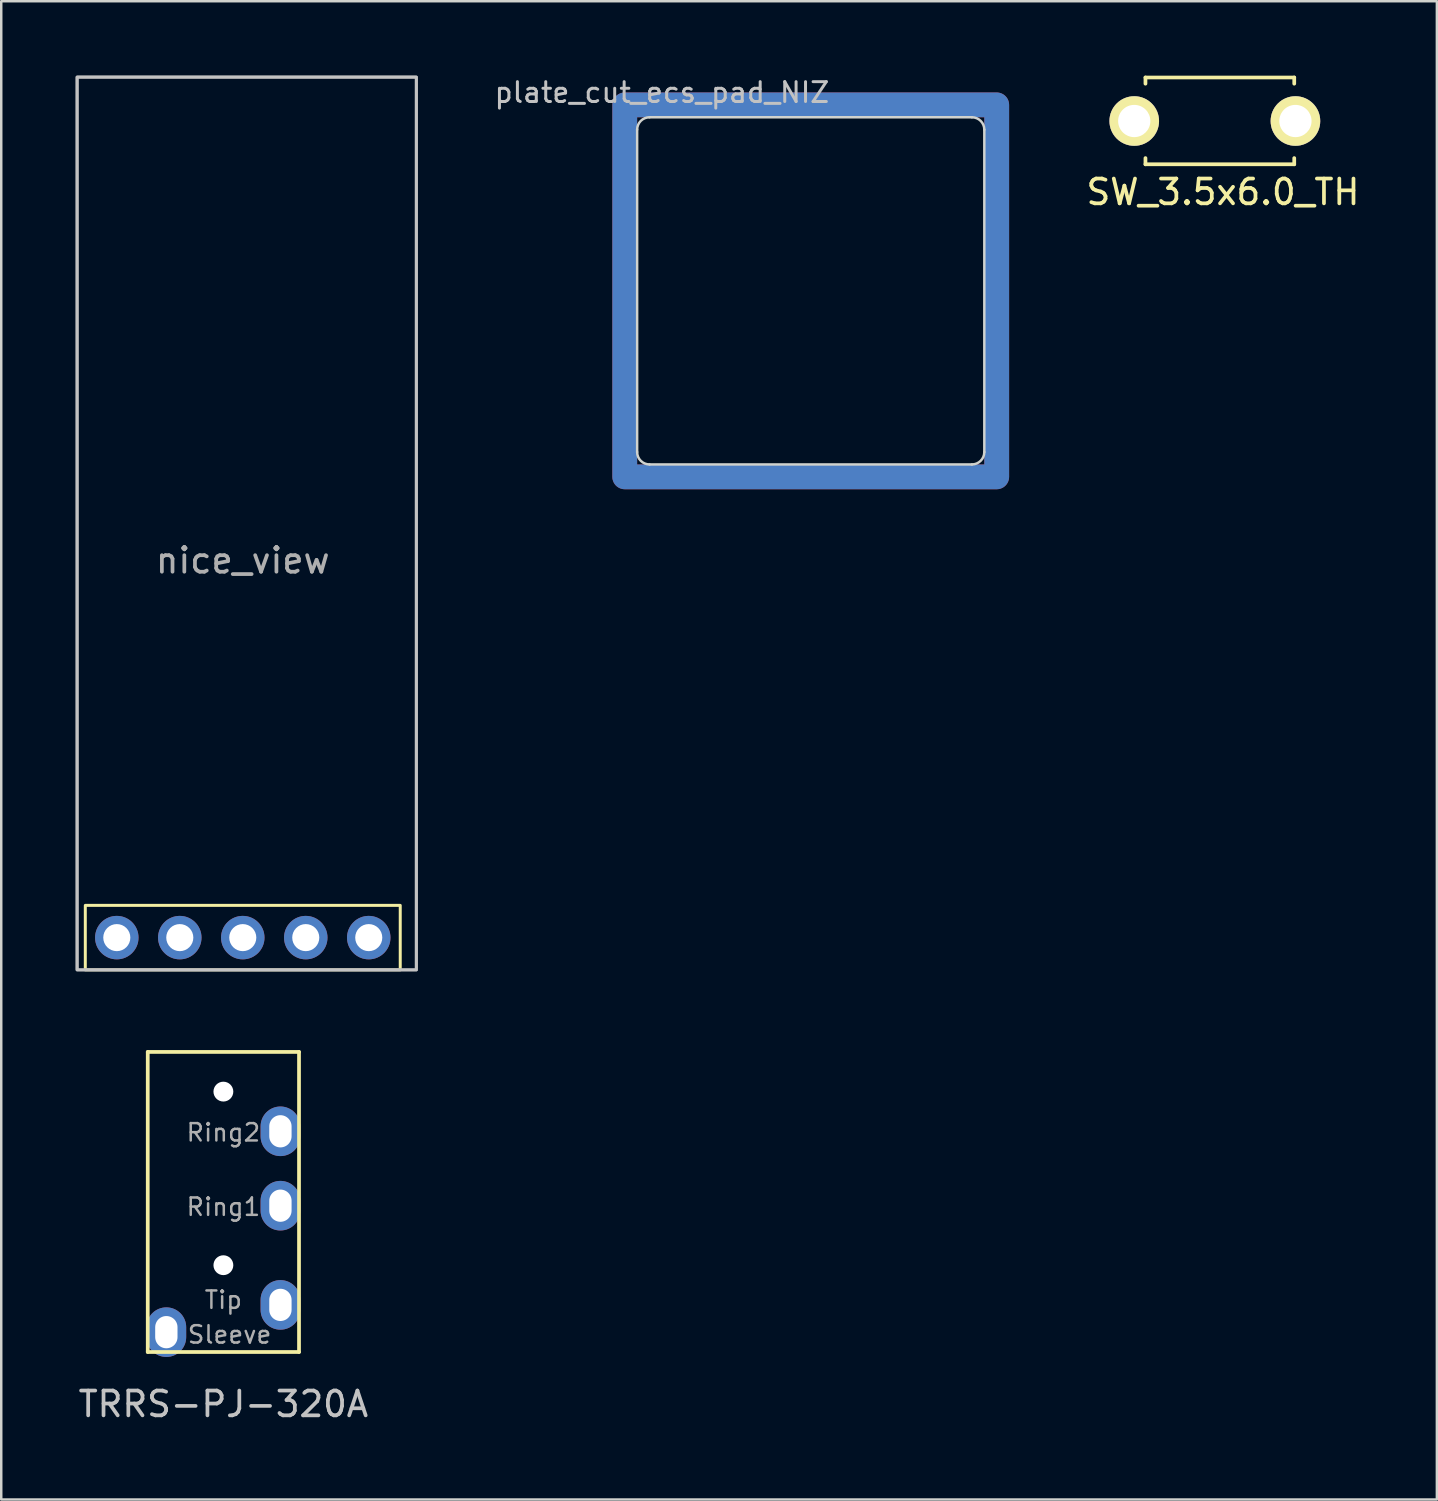
<source format=kicad_pcb>
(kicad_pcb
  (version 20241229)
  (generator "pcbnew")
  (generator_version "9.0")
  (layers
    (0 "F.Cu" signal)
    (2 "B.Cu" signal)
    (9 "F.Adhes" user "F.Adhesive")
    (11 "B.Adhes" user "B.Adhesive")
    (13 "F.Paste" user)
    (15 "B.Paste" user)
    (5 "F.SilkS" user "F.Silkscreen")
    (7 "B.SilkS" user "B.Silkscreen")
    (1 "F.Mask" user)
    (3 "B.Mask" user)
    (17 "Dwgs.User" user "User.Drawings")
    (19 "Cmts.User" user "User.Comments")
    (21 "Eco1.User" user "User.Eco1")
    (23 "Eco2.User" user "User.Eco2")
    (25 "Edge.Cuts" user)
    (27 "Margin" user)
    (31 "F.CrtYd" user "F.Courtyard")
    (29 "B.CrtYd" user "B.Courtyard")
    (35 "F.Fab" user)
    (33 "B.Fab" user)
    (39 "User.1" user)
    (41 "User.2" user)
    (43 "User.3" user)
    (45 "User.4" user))
  (footprint "TRRS-PJ-320A"
    (layer "F.Cu")
    (at 5.958 39.37)
    (property "Reference" "TRRS-PJ-320A" (at 0 14.2 0) (layer "Dwgs.User") (effects (font (size 1 1) (thickness 0.15))))
    (attr through_hole)
    (fp_line (start -3.05 0) (end -3.05 12.1) (stroke (width 0.15) (type solid)) (layer "F.SilkS"))
    (fp_line (start 3.05 0) (end -3.05 0) (stroke (width 0.15) (type solid)) (layer "F.SilkS"))
    (fp_line (start 3.05 0) (end 3.05 12.1) (stroke (width 0.15) (type solid)) (layer "F.SilkS"))
    (fp_line (start 3.05 12.1) (end -3.05 12.1) (stroke (width 0.15) (type solid)) (layer "F.SilkS"))
    (fp_text user "Ring1" (at 0 6.25 0) (layer "F.Fab") (effects (font (size 0.7 0.7) (thickness 0.1))))
    (fp_text user "Tip" (at 0 10 0) (layer "F.Fab") (effects (font (size 0.7 0.7) (thickness 0.1))))
    (fp_text user "Sleeve" (at 0.25 11.4 0) (layer "F.Fab") (effects (font (size 0.7 0.7) (thickness 0.1))))
    (fp_text user "Ring2" (at 0 3.25 0) (layer "F.Fab") (effects (font (size 0.7 0.7) (thickness 0.1))))
    (pad "" np_thru_hole circle (at 0 1.6) (size 0.8 0.8) (drill 0.8) (layers "*.Cu" "*.Mask"))
    (pad "" np_thru_hole circle (at 0 8.6) (size 0.8 0.8) (drill 0.8) (layers "*.Cu" "*.Mask"))
    (pad "A" thru_hole oval (at -2.3 11.3) (size 1.6 2) (drill oval 0.9 1.3) (layers "*.Cu" "*.Mask"))
    (pad "B" thru_hole oval (at 2.3 3.2) (size 1.6 2) (drill oval 0.9 1.3) (layers "*.Cu" "*.Mask"))
    (pad "C" thru_hole oval (at 2.3 6.2) (size 1.6 2) (drill oval 0.9 1.3) (layers "*.Cu" "*.Mask"))
    (pad "D" thru_hole oval (at 2.3 10.2) (size 1.6 2) (drill oval 0.9 1.3) (layers "*.Cu" "*.Mask")))
  (footprint "plate_cut_ecs_pad_NIZ"
    (layer "F.Cu")
    (at 29.643 8.679)
    (property "Reference" "plate_cut_ecs_pad_NIZ" (at -6 -8 0) (layer "Dwgs.User") (effects (font (size 0.8 0.8) (thickness 0.12))))
    (attr smd)
    (fp_rect (start -7.5 -7.5) (end 7.5 7.5) (stroke (width 1) (type solid)) (fill no) (layer "F.Cu"))
    (fp_rect (start -7.5 -7.5) (end 7.5 7.5) (stroke (width 1) (type solid)) (fill no) (layer "F.Mask"))
    (fp_rect (start -7.5 -7.5) (end 7.5 7.5) (stroke (width 1) (type solid)) (fill no) (layer "B.Cu"))
    (fp_rect (start -7.5 -7.5) (end 7.5 7.5) (stroke (width 1) (type solid)) (fill no) (layer "B.Mask"))
    (fp_line (start -7 -6.5) (end -7 6.5) (stroke (width 0.1) (type solid)) (layer "Edge.Cuts"))
    (fp_line (start -6.5 -7) (end 6.5 -7) (stroke (width 0.1) (type solid)) (layer "Edge.Cuts"))
    (fp_line (start -6.5 7) (end 6.5 7) (stroke (width 0.1) (type solid)) (layer "Edge.Cuts"))
    (fp_line (start 7 -6.5) (end 7 6.5) (stroke (width 0.1) (type solid)) (layer "Edge.Cuts"))
    (fp_arc (start -7 -6.5) (mid -6.853553 -6.853553) (end -6.5 -7) (stroke (width 0.1) (type solid)) (layer "Edge.Cuts"))
    (fp_arc (start -6.5 7) (mid -6.853526 6.853525) (end -7 6.5) (stroke (width 0.1) (type solid)) (layer "Edge.Cuts"))
    (fp_arc (start 6.5 -7) (mid 6.853523 -6.853519) (end 7 -6.5) (stroke (width 0.1) (type solid)) (layer "Edge.Cuts"))
    (fp_arc (start 7 6.5) (mid 6.853552 6.853551) (end 6.5 7) (stroke (width 0.1) (type solid)) (layer "Edge.Cuts")))
  (footprint "nice_view"
    (layer "F.Cu")
    (at 6.74 18.28)
    (property "Reference" "nice_view" (at 0 1.27 0) (unlocked yes) (layer "F.Fab") (effects (font (size 1 1) (thickness 0.15))))
    (attr through_hole exclude_from_bom)
    (fp_rect (start -6.35 15.18) (end 6.35 17.78) (stroke (width 0.12) (type solid)) (fill no) (layer "F.SilkS"))
    (fp_rect (start 7 17.78) (end -6.68 -18.22) (stroke (width 0.12) (type solid)) (fill no) (layer "Dwgs.User"))
    (fp_rect (start 7 17.78) (end -6.68 -18.22) (stroke (width 0.12) (type solid)) (fill no) (layer "F.Fab"))
    (pad "1" thru_hole circle (at -5.08 16.48) (size 1.753 1.753) (drill 1.092) (layers "*.Cu" "*.Mask"))
    (pad "2" thru_hole circle (at -2.54 16.48) (size 1.753 1.753) (drill 1.092) (layers "*.Cu" "*.Mask"))
    (pad "3" thru_hole circle (at 0 16.48) (size 1.753 1.753) (drill 1.092) (layers "*.Cu" "*.Mask"))
    (pad "4" thru_hole circle (at 2.54 16.48) (size 1.753 1.753) (drill 1.092) (layers "*.Cu" "*.Mask"))
    (pad "5" thru_hole circle (at 5.08 16.48) (size 1.753 1.753) (drill 1.092) (layers "*.Cu" "*.Mask")))
  (footprint "SW_3.5x6.0_TH"
    (layer "F.Cu")
    (at 46.166 1.876)
    (property "Reference" "SW_3.5x6.0_TH" (at 0.102 2.819 0) (layer "F.SilkS") (effects (font (size 1 1) (thickness 0.15))))
    (attr through_hole)
    (fp_line (start -3.025 -1.801) (end -3.025 -1.551) (stroke (width 0.15) (type solid)) (layer "F.SilkS"))
    (fp_line (start -3.025 -1.801) (end 2.975 -1.801) (stroke (width 0.15) (type solid)) (layer "F.SilkS"))
    (fp_line (start -3.025 1.699) (end -3.025 1.449) (stroke (width 0.15) (type solid)) (layer "F.SilkS"))
    (fp_line (start -3.025 1.699) (end 2.975 1.699) (stroke (width 0.15) (type solid)) (layer "F.SilkS"))
    (fp_line (start 2.975 -1.801) (end 2.975 -1.551) (stroke (width 0.15) (type solid)) (layer "F.SilkS"))
    (fp_line (start 2.975 1.699) (end 2.975 1.449) (stroke (width 0.15) (type solid)) (layer "F.SilkS"))
    (pad "1" thru_hole circle (at -3.477 -0.046 180) (size 2 2) (drill 1.3) (layers "*.Cu" "*.Mask" "F.SilkS"))
    (pad "2" thru_hole circle (at 3.023 -0.046 180) (size 2 2) (drill 1.3) (layers "*.Cu" "*.Mask" "F.SilkS")))
  (gr_rect
    (start -3 -3)
    (end 54.893 57.418)
    (stroke (width 0.1) (type default))
    (fill no)
    (layer "Edge.Cuts")))
</source>
